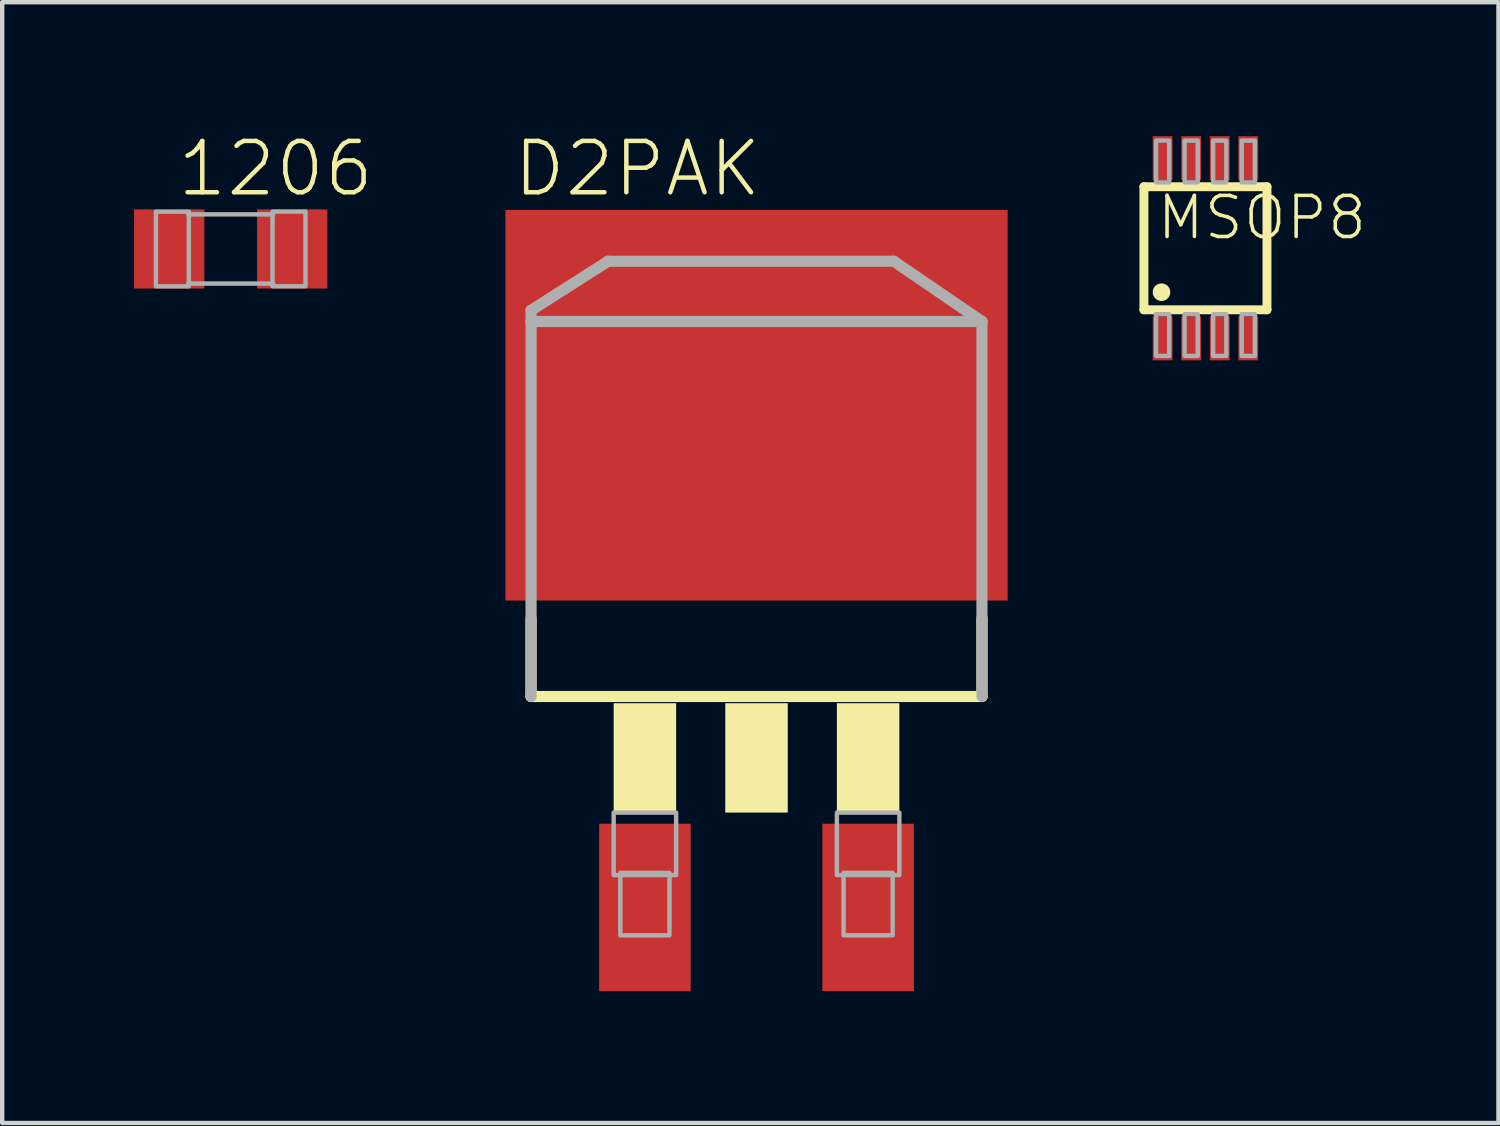
<source format=kicad_pcb>
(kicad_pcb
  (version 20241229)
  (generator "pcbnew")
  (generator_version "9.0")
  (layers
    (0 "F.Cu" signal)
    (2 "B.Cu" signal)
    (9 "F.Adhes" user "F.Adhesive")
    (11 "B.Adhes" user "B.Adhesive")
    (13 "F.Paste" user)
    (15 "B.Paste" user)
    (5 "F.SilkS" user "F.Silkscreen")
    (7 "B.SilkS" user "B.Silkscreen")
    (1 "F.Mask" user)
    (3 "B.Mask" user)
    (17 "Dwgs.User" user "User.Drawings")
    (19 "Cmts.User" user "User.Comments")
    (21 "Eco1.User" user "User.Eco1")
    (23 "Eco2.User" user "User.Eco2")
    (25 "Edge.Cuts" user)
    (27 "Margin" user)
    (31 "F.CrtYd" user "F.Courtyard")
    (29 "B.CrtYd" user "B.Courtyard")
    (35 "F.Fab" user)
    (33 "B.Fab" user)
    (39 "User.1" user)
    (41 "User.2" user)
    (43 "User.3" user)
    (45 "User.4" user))
  (footprint "1206"
    (layer "F.Cu")
    (at 2.2 2.616)
    (property "Reference" "1206" (at -1.27 -1.143 0) (unlocked yes) (layer "F.SilkS") (effects (font (size 1.168 1.168) (thickness 0.102)) (justify left bottom)))
    (fp_line (start -0.965 -0.787) (end 0.965 -0.787) (stroke (width 0.102) (type solid)) (layer "F.Fab"))
    (fp_line (start -0.965 0.787) (end 0.965 0.787) (stroke (width 0.102) (type solid)) (layer "F.Fab"))
    (fp_poly (pts (xy -1.702 0.851) (xy -0.952 0.851) (xy -0.952 -0.849) (xy -1.702 -0.849)) (stroke (width 0.1) (type default)) (fill no) (layer "F.Fab"))
    (fp_poly (pts (xy 0.952 0.849) (xy 1.702 0.849) (xy 1.702 -0.851) (xy 0.952 -0.851)) (stroke (width 0.1) (type default)) (fill no) (layer "F.Fab"))
    (pad "1" smd rect (at -1.4 0) (size 1.6 1.8) (layers "F.Cu" "F.Mask" "F.Paste"))
    (pad "2" smd rect (at 1.4 0) (size 1.6 1.8) (layers "F.Cu" "F.Mask" "F.Paste")))
  (footprint "MSOP8"
    (layer "F.Cu")
    (at 24.384 2.6)
    (property "Reference" "MSOP8" (at -1.15 -0.15 0) (unlocked yes) (layer "F.SilkS") (effects (font (size 0.935 0.935) (thickness 0.081)) (justify left bottom)))
    (fp_poly (pts (xy -1.225 -1.5) (xy -0.725 -1.5) (xy -0.725 -2.6) (xy -1.225 -2.6)) (stroke (width 0) (type default)) (fill yes) (layer "F.Mask"))
    (fp_poly (pts (xy -1.225 2.6) (xy -0.725 2.6) (xy -0.725 1.5) (xy -1.225 1.5)) (stroke (width 0) (type default)) (fill yes) (layer "F.Mask"))
    (fp_poly (pts (xy -0.575 -1.5) (xy -0.075 -1.5) (xy -0.075 -2.6) (xy -0.575 -2.6)) (stroke (width 0) (type default)) (fill yes) (layer "F.Mask"))
    (fp_poly (pts (xy -0.575 2.6) (xy -0.075 2.6) (xy -0.075 1.5) (xy -0.575 1.5)) (stroke (width 0) (type default)) (fill yes) (layer "F.Mask"))
    (fp_poly (pts (xy 0.075 -1.5) (xy 0.575 -1.5) (xy 0.575 -2.6) (xy 0.075 -2.6)) (stroke (width 0) (type default)) (fill yes) (layer "F.Mask"))
    (fp_poly (pts (xy 0.075 2.6) (xy 0.575 2.6) (xy 0.575 1.5) (xy 0.075 1.5)) (stroke (width 0) (type default)) (fill yes) (layer "F.Mask"))
    (fp_poly (pts (xy 0.725 -1.5) (xy 1.225 -1.5) (xy 1.225 -2.6) (xy 0.725 -2.6)) (stroke (width 0) (type default)) (fill yes) (layer "F.Mask"))
    (fp_poly (pts (xy 0.725 2.6) (xy 1.225 2.6) (xy 1.225 1.5) (xy 0.725 1.5)) (stroke (width 0) (type default)) (fill yes) (layer "F.Mask"))
    (fp_line (start -1.4 -1.4) (end 1.4 -1.4) (stroke (width 0.203) (type solid)) (layer "F.SilkS"))
    (fp_line (start -1.4 1.4) (end -1.4 -1.4) (stroke (width 0.203) (type solid)) (layer "F.SilkS"))
    (fp_line (start 1.4 -1.4) (end 1.4 1.4) (stroke (width 0.203) (type solid)) (layer "F.SilkS"))
    (fp_line (start 1.4 1.4) (end -1.4 1.4) (stroke (width 0.203) (type solid)) (layer "F.SilkS"))
    (fp_circle (center -1 1) (end -0.9 1) (stroke (width 0.2) (type solid)) (fill yes) (layer "F.SilkS"))
    (fp_poly (pts (xy -1.125 2.45) (xy -0.825 2.45) (xy -0.825 1.5) (xy -1.125 1.5)) (stroke (width 0.1) (type default)) (fill no) (layer "F.Fab"))
    (fp_poly (pts (xy -1.125 -1.5) (xy -0.825 -1.5) (xy -0.825 -2.45) (xy -1.125 -2.45)) (stroke (width 0.1) (type default)) (fill no) (layer "F.Fab"))
    (fp_poly (pts (xy -0.475 -1.5) (xy -0.175 -1.5) (xy -0.175 -2.45) (xy -0.475 -2.45)) (stroke (width 0.1) (type default)) (fill no) (layer "F.Fab"))
    (fp_poly (pts (xy -0.475 2.45) (xy -0.175 2.45) (xy -0.175 1.5) (xy -0.475 1.5)) (stroke (width 0.1) (type default)) (fill no) (layer "F.Fab"))
    (fp_poly (pts (xy 0.175 -1.5) (xy 0.475 -1.5) (xy 0.475 -2.45) (xy 0.175 -2.45)) (stroke (width 0.1) (type default)) (fill no) (layer "F.Fab"))
    (fp_poly (pts (xy 0.175 2.45) (xy 0.475 2.45) (xy 0.475 1.5) (xy 0.175 1.5)) (stroke (width 0.1) (type default)) (fill no) (layer "F.Fab"))
    (fp_poly (pts (xy 0.825 2.45) (xy 1.125 2.45) (xy 1.125 1.5) (xy 0.825 1.5)) (stroke (width 0.1) (type default)) (fill no) (layer "F.Fab"))
    (fp_poly (pts (xy 0.825 -1.5) (xy 1.125 -1.5) (xy 1.125 -2.45) (xy 0.825 -2.45)) (stroke (width 0.1) (type default)) (fill no) (layer "F.Fab"))
    (pad "1" smd rect (at -0.975 2.05) (size 0.45 1) (layers "F.Cu" "F.Paste"))
    (pad "2" smd rect (at -0.325 2.05) (size 0.45 1) (layers "F.Cu" "F.Paste"))
    (pad "3" smd rect (at 0.325 2.05) (size 0.45 1) (layers "F.Cu" "F.Paste"))
    (pad "4" smd rect (at 0.975 2.05) (size 0.45 1) (layers "F.Cu" "F.Paste"))
    (pad "5" smd rect (at 0.975 -2.05) (size 0.45 1) (layers "F.Cu" "F.Paste"))
    (pad "6" smd rect (at 0.325 -2.05) (size 0.45 1) (layers "F.Cu" "F.Paste"))
    (pad "7" smd rect (at -0.325 -2.05) (size 0.45 1) (layers "F.Cu" "F.Paste"))
    (pad "8" smd rect (at -0.975 -2.05) (size 0.45 1) (layers "F.Cu" "F.Paste")))
  (footprint "D2PAK"
    (layer "F.Cu")
    (at 14.167 8.712)
    (property "Reference" "D2PAK" (at -5.588 -7.239 0) (unlocked yes) (layer "F.SilkS") (effects (font (size 1.168 1.168) (thickness 0.102)) (justify left bottom)))
    (fp_line (start -5.131 4.089) (end -5.131 2.311) (stroke (width 0.254) (type solid)) (layer "F.SilkS"))
    (fp_line (start -5.131 4.089) (end 5.131 4.089) (stroke (width 0.254) (type solid)) (layer "F.SilkS"))
    (fp_line (start 5.131 4.089) (end 5.131 2.311) (stroke (width 0.254) (type solid)) (layer "F.SilkS"))
    (fp_poly (pts (xy -3.251 6.731) (xy -1.829 6.731) (xy -1.829 4.242) (xy -3.251 4.242)) (stroke (width 0) (type default)) (fill yes) (layer "F.SilkS"))
    (fp_poly (pts (xy -0.711 6.731) (xy 0.711 6.731) (xy 0.711 4.242) (xy -0.711 4.242)) (stroke (width 0) (type default)) (fill yes) (layer "F.SilkS"))
    (fp_poly (pts (xy 1.829 6.731) (xy 3.251 6.731) (xy 3.251 4.242) (xy 1.829 4.242)) (stroke (width 0) (type default)) (fill yes) (layer "F.SilkS"))
    (fp_line (start -5.131 -4.699) (end -5.131 -4.445) (stroke (width 0.254) (type solid)) (layer "F.Fab"))
    (fp_line (start -5.131 -4.445) (end -5.131 4.089) (stroke (width 0.254) (type solid)) (layer "F.Fab"))
    (fp_line (start -5.131 -4.445) (end 5.131 -4.445) (stroke (width 0.254) (type solid)) (layer "F.Fab"))
    (fp_line (start -3.378 -5.817) (end -5.131 -4.699) (stroke (width 0.254) (type solid)) (layer "F.Fab"))
    (fp_line (start 3.124 -5.817) (end -3.378 -5.817) (stroke (width 0.254) (type solid)) (layer "F.Fab"))
    (fp_line (start 5.131 -4.445) (end 3.124 -5.817) (stroke (width 0.254) (type solid)) (layer "F.Fab"))
    (fp_line (start 5.131 4.089) (end 5.131 -4.445) (stroke (width 0.254) (type solid)) (layer "F.Fab"))
    (fp_poly (pts (xy -3.251 8.153) (xy -1.829 8.153) (xy -1.829 6.731) (xy -3.251 6.731)) (stroke (width 0.1) (type default)) (fill no) (layer "F.Fab"))
    (fp_poly (pts (xy -3.099 9.525) (xy -1.981 9.525) (xy -1.981 8.103) (xy -3.099 8.103)) (stroke (width 0.1) (type default)) (fill no) (layer "F.Fab"))
    (fp_poly (pts (xy 1.829 8.153) (xy 3.251 8.153) (xy 3.251 6.731) (xy 1.829 6.731)) (stroke (width 0.1) (type default)) (fill no) (layer "F.Fab"))
    (fp_poly (pts (xy 1.981 9.525) (xy 3.099 9.525) (xy 3.099 8.103) (xy 1.981 8.103)) (stroke (width 0.1) (type default)) (fill no) (layer "F.Fab"))
    (pad "1" smd rect (at -2.54 8.89) (size 2.083 3.81) (layers "F.Cu" "F.Mask" "F.Paste"))
    (pad "2" smd rect (at 0 -2.54) (size 11.43 8.89) (layers "F.Cu" "F.Mask" "F.Paste"))
    (pad "3" smd rect (at 2.54 8.89) (size 2.083 3.81) (layers "F.Cu" "F.Mask" "F.Paste")))
  (gr_rect
    (start -3 -3)
    (end 31.053 22.507)
    (stroke (width 0.1) (type default))
    (fill no)
    (layer "Edge.Cuts")))
</source>
